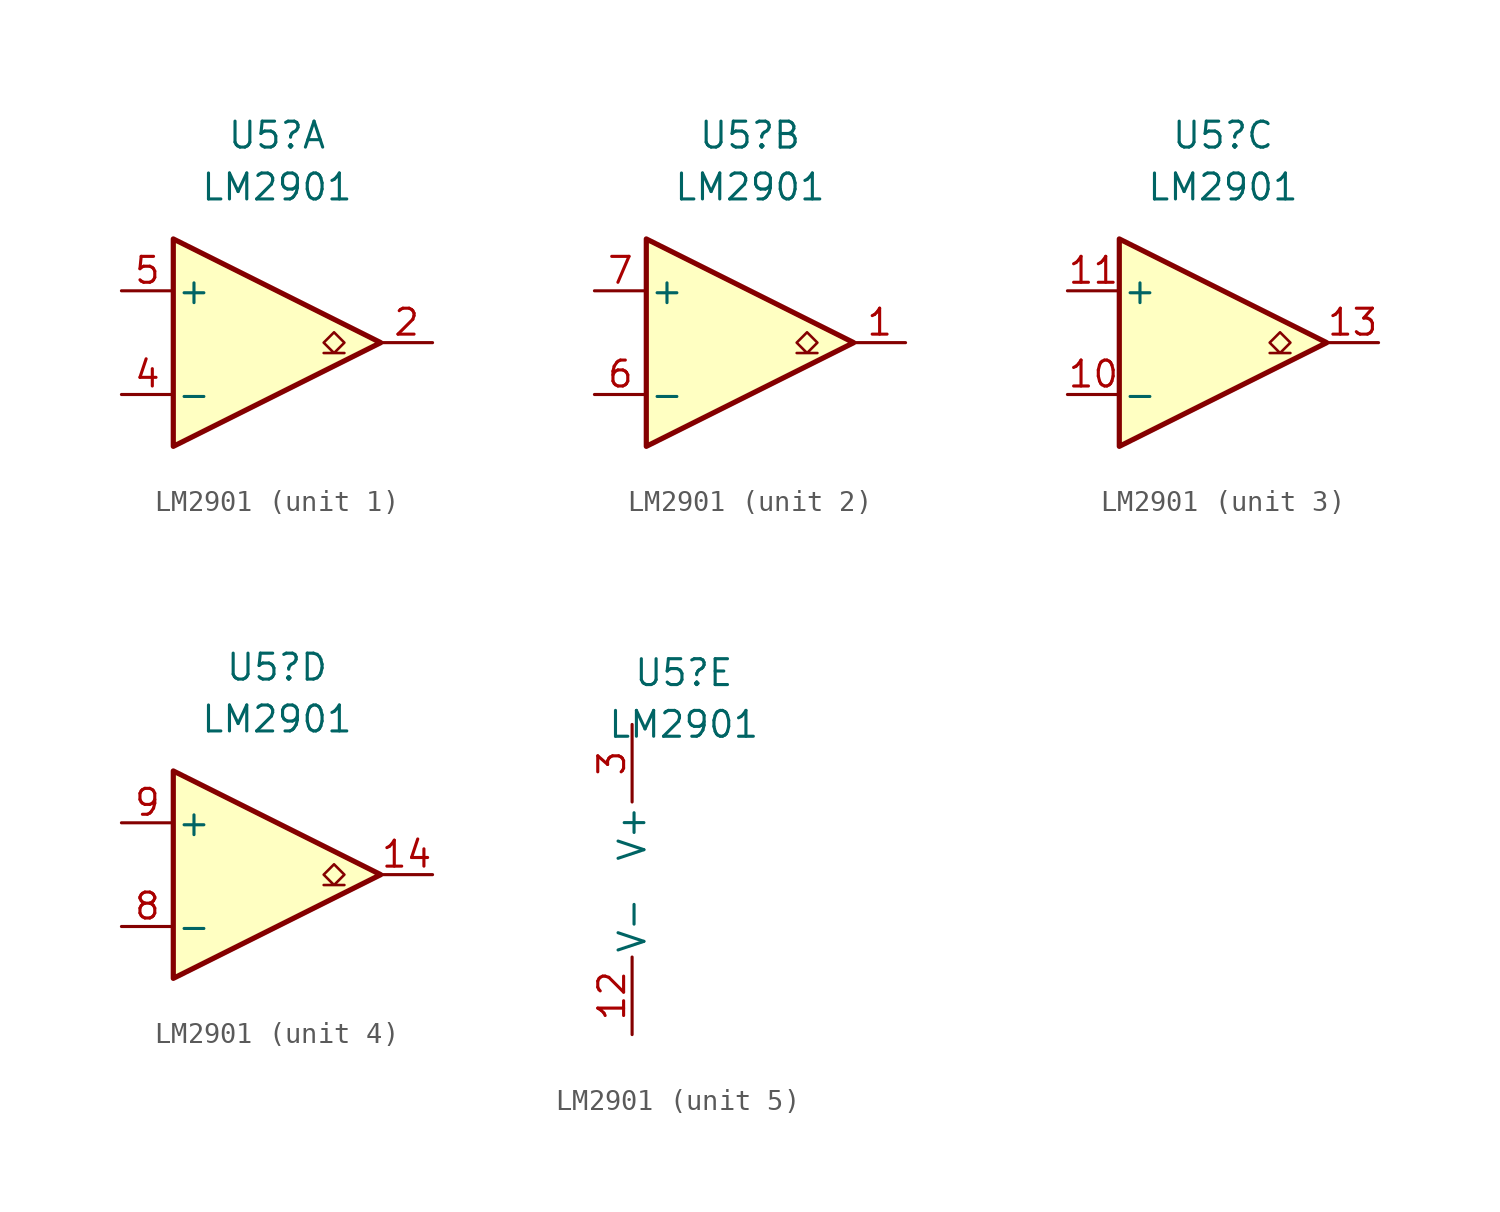
<source format=kicad_sym>
(kicad_symbol_lib
  (version 20231120)
  (generator "kicad_symbol_editor")
  (generator_version "8.0")
  (symbol "LM2901"
    (pin_names
      (offset 0.127))
    (property "Reference" "U5"
      (at 0 10.16 0)
      (effects (font (size 1.27 1.27))))
    (property "Value" "LM2901"
      (at 0 7.62 0)
      (effects (font (size 1.27 1.27))))
    (property "ki_locked" ""
      (at 0 0 0)
      (effects (font (size 1.27 1.27))))
    (symbol "LM2901_1_1"
      (polyline (pts (xy -5.08 5.08) (xy 5.08 0) (xy -5.08 -5.08) (xy -5.08 5.08)) (stroke (width 0.254) (type default)) (fill (type background)))
      (polyline (pts (xy 3.302 -0.508) (xy 2.794 -0.508) (xy 3.302 0) (xy 2.794 0.508) (xy 2.286 0) (xy 2.794 -0.508) (xy 2.286 -0.508)) (stroke (width 0.127) (type default)) (fill (type none)))
      (pin open_collector line (at 7.62 0 180) (length 2.54) (name "~" (effects (font (size 1.27 1.27)))) (number "2" (effects (font (size 1.27 1.27)))))
      (pin input line (at -7.62 -2.54 0) (length 2.54) (name "-" (effects (font (size 1.27 1.27)))) (number "4" (effects (font (size 1.27 1.27)))))
      (pin input line (at -7.62 2.54 0) (length 2.54) (name "+" (effects (font (size 1.27 1.27)))) (number "5" (effects (font (size 1.27 1.27))))))
    (symbol "LM2901_2_1"
      (polyline (pts (xy -5.08 5.08) (xy 5.08 0) (xy -5.08 -5.08) (xy -5.08 5.08)) (stroke (width 0.254) (type default)) (fill (type background)))
      (polyline (pts (xy 3.302 -0.508) (xy 2.794 -0.508) (xy 3.302 0) (xy 2.794 0.508) (xy 2.286 0) (xy 2.794 -0.508) (xy 2.286 -0.508)) (stroke (width 0.127) (type default)) (fill (type none)))
      (pin open_collector line (at 7.62 0 180) (length 2.54) (name "~" (effects (font (size 1.27 1.27)))) (number "1" (effects (font (size 1.27 1.27)))))
      (pin input line (at -7.62 -2.54 0) (length 2.54) (name "-" (effects (font (size 1.27 1.27)))) (number "6" (effects (font (size 1.27 1.27)))))
      (pin input line (at -7.62 2.54 0) (length 2.54) (name "+" (effects (font (size 1.27 1.27)))) (number "7" (effects (font (size 1.27 1.27))))))
    (symbol "LM2901_3_1"
      (polyline (pts (xy -5.08 5.08) (xy 5.08 0) (xy -5.08 -5.08) (xy -5.08 5.08)) (stroke (width 0.254) (type default)) (fill (type background)))
      (polyline (pts (xy 3.302 -0.508) (xy 2.794 -0.508) (xy 3.302 0) (xy 2.794 0.508) (xy 2.286 0) (xy 2.794 -0.508) (xy 2.286 -0.508)) (stroke (width 0.127) (type default)) (fill (type none)))
      (pin input line (at -7.62 -2.54 0) (length 2.54) (name "-" (effects (font (size 1.27 1.27)))) (number "10" (effects (font (size 1.27 1.27)))))
      (pin input line (at -7.62 2.54 0) (length 2.54) (name "+" (effects (font (size 1.27 1.27)))) (number "11" (effects (font (size 1.27 1.27)))))
      (pin open_collector line (at 7.62 0 180) (length 2.54) (name "~" (effects (font (size 1.27 1.27)))) (number "13" (effects (font (size 1.27 1.27))))))
    (symbol "LM2901_4_1"
      (polyline (pts (xy -5.08 5.08) (xy 5.08 0) (xy -5.08 -5.08) (xy -5.08 5.08)) (stroke (width 0.254) (type default)) (fill (type background)))
      (polyline (pts (xy 3.302 -0.508) (xy 2.794 -0.508) (xy 3.302 0) (xy 2.794 0.508) (xy 2.286 0) (xy 2.794 -0.508) (xy 2.286 -0.508)) (stroke (width 0.127) (type default)) (fill (type none)))
      (pin open_collector line (at 7.62 0 180) (length 2.54) (name "~" (effects (font (size 1.27 1.27)))) (number "14" (effects (font (size 1.27 1.27)))))
      (pin input line (at -7.62 -2.54 0) (length 2.54) (name "-" (effects (font (size 1.27 1.27)))) (number "8" (effects (font (size 1.27 1.27)))))
      (pin input line (at -7.62 2.54 0) (length 2.54) (name "+" (effects (font (size 1.27 1.27)))) (number "9" (effects (font (size 1.27 1.27))))))
    (symbol "LM2901_5_1"
      (pin power_in line (at -2.54 -7.62 90) (length 3.81) (name "V-" (effects (font (size 1.27 1.27)))) (number "12" (effects (font (size 1.27 1.27)))))
      (pin power_in line (at -2.54 7.62 270) (length 3.81) (name "V+" (effects (font (size 1.27 1.27)))) (number "3" (effects (font (size 1.27 1.27))))))))
</source>
